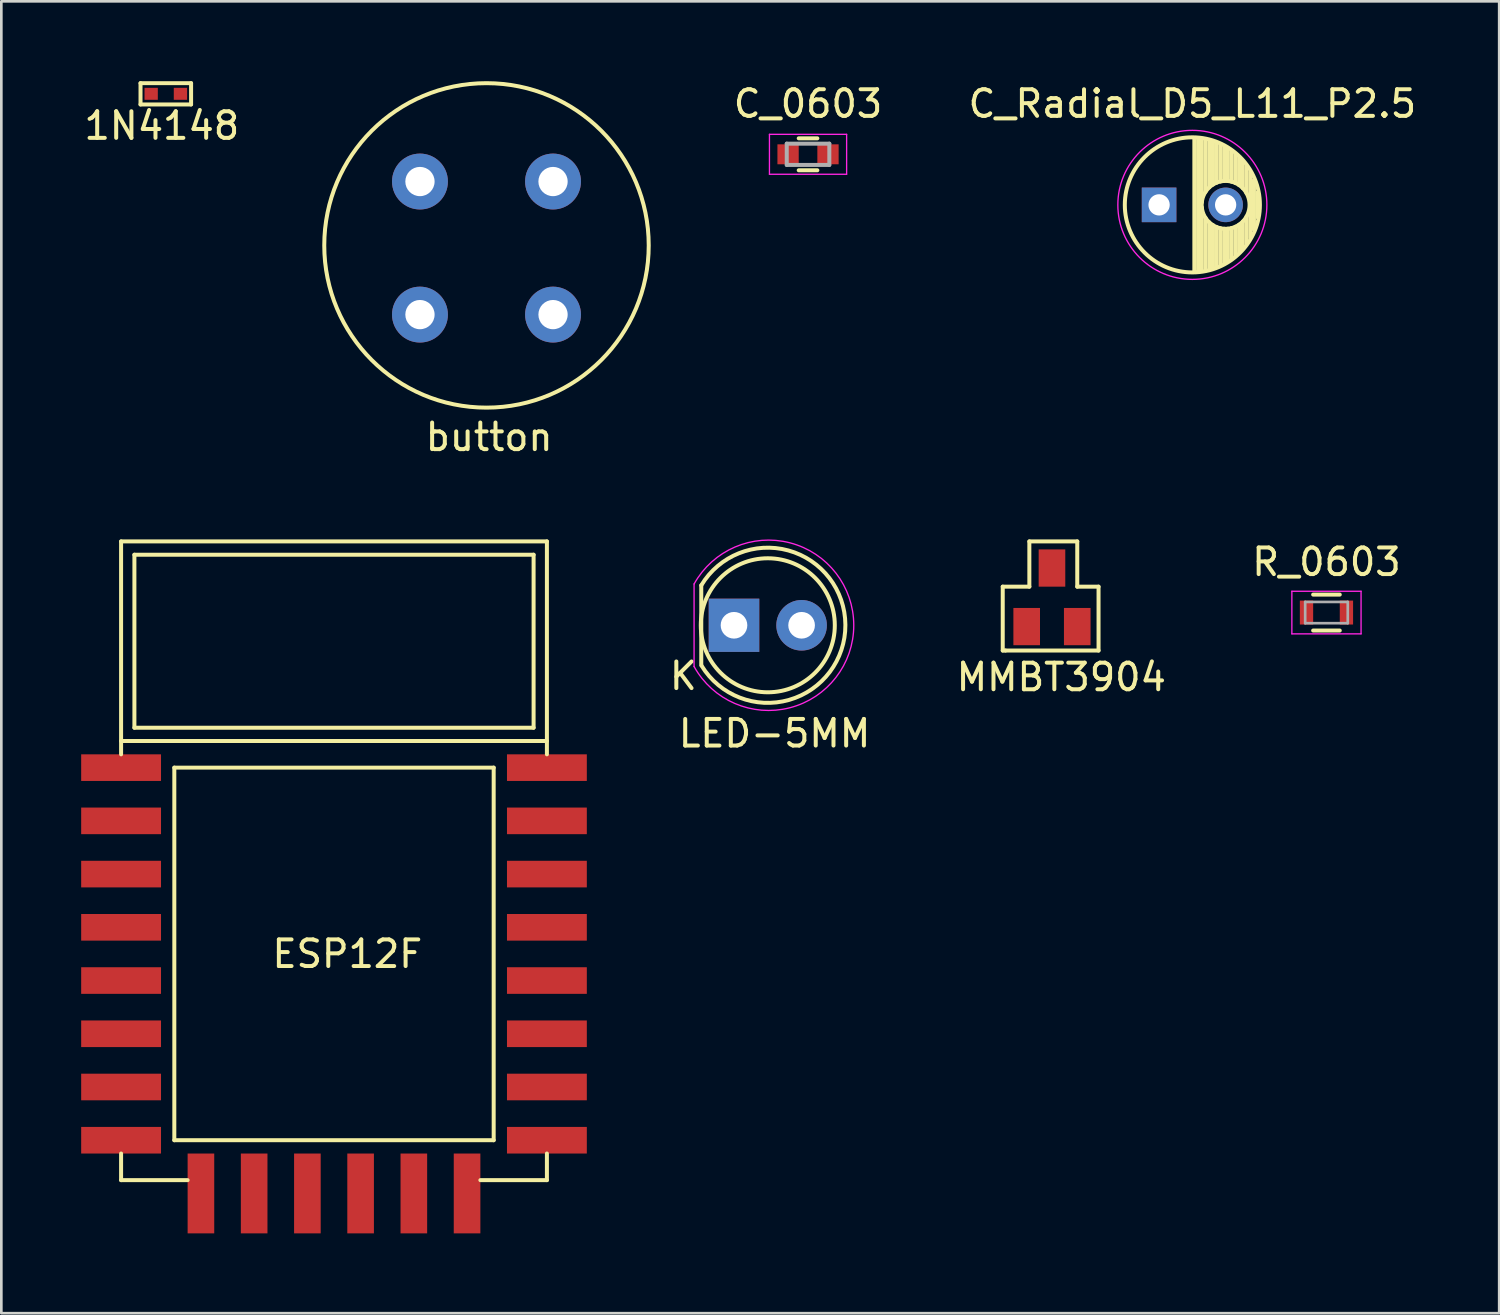
<source format=kicad_pcb>
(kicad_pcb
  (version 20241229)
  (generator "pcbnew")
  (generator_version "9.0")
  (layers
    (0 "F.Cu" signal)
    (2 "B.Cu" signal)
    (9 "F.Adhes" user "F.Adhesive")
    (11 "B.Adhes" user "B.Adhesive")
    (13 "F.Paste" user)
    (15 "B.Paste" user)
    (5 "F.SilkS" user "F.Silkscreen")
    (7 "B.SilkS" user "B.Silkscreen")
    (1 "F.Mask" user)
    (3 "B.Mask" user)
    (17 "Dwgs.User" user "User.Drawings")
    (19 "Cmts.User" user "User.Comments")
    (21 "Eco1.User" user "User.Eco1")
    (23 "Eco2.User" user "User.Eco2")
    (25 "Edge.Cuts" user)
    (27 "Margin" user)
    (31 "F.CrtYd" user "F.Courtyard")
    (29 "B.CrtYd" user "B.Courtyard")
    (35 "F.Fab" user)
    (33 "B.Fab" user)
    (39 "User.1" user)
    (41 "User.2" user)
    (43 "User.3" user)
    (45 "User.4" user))
  (footprint "C_Radial_D5_L11_P2.5"
    (layer "F.Cu")
    (at 40.503 4.648)
    (property "Reference" "C_Radial_D5_L11_P2.5" (at 1.25 -3.8 0) (layer "F.SilkS") (effects (font (size 1 1) (thickness 0.15))))
    (attr through_hole)
    (fp_line (start 1.325 -2.499) (end 1.325 2.499) (stroke (width 0.15) (type solid)) (layer "F.SilkS"))
    (fp_line (start 1.465 -2.491) (end 1.465 2.491) (stroke (width 0.15) (type solid)) (layer "F.SilkS"))
    (fp_line (start 1.605 -2.475) (end 1.605 -0.095) (stroke (width 0.15) (type solid)) (layer "F.SilkS"))
    (fp_line (start 1.605 0.095) (end 1.605 2.475) (stroke (width 0.15) (type solid)) (layer "F.SilkS"))
    (fp_line (start 1.745 -2.451) (end 1.745 -0.49) (stroke (width 0.15) (type solid)) (layer "F.SilkS"))
    (fp_line (start 1.745 0.49) (end 1.745 2.451) (stroke (width 0.15) (type solid)) (layer "F.SilkS"))
    (fp_line (start 1.885 -2.418) (end 1.885 -0.657) (stroke (width 0.15) (type solid)) (layer "F.SilkS"))
    (fp_line (start 1.885 0.657) (end 1.885 2.418) (stroke (width 0.15) (type solid)) (layer "F.SilkS"))
    (fp_line (start 2.025 -2.377) (end 2.025 -0.764) (stroke (width 0.15) (type solid)) (layer "F.SilkS"))
    (fp_line (start 2.025 0.764) (end 2.025 2.377) (stroke (width 0.15) (type solid)) (layer "F.SilkS"))
    (fp_line (start 2.165 -2.327) (end 2.165 -0.835) (stroke (width 0.15) (type solid)) (layer "F.SilkS"))
    (fp_line (start 2.165 0.835) (end 2.165 2.327) (stroke (width 0.15) (type solid)) (layer "F.SilkS"))
    (fp_line (start 2.305 -2.266) (end 2.305 -0.879) (stroke (width 0.15) (type solid)) (layer "F.SilkS"))
    (fp_line (start 2.305 0.879) (end 2.305 2.266) (stroke (width 0.15) (type solid)) (layer "F.SilkS"))
    (fp_line (start 2.445 -2.196) (end 2.445 -0.898) (stroke (width 0.15) (type solid)) (layer "F.SilkS"))
    (fp_line (start 2.445 0.898) (end 2.445 2.196) (stroke (width 0.15) (type solid)) (layer "F.SilkS"))
    (fp_line (start 2.585 -2.114) (end 2.585 -0.896) (stroke (width 0.15) (type solid)) (layer "F.SilkS"))
    (fp_line (start 2.585 0.896) (end 2.585 2.114) (stroke (width 0.15) (type solid)) (layer "F.SilkS"))
    (fp_line (start 2.725 -2.019) (end 2.725 -0.871) (stroke (width 0.15) (type solid)) (layer "F.SilkS"))
    (fp_line (start 2.725 0.871) (end 2.725 2.019) (stroke (width 0.15) (type solid)) (layer "F.SilkS"))
    (fp_line (start 2.865 -1.908) (end 2.865 -0.823) (stroke (width 0.15) (type solid)) (layer "F.SilkS"))
    (fp_line (start 2.865 0.823) (end 2.865 1.908) (stroke (width 0.15) (type solid)) (layer "F.SilkS"))
    (fp_line (start 3.005 -1.78) (end 3.005 -0.745) (stroke (width 0.15) (type solid)) (layer "F.SilkS"))
    (fp_line (start 3.005 0.745) (end 3.005 1.78) (stroke (width 0.15) (type solid)) (layer "F.SilkS"))
    (fp_line (start 3.145 -1.631) (end 3.145 -0.628) (stroke (width 0.15) (type solid)) (layer "F.SilkS"))
    (fp_line (start 3.145 0.628) (end 3.145 1.631) (stroke (width 0.15) (type solid)) (layer "F.SilkS"))
    (fp_line (start 3.285 -1.452) (end 3.285 -0.44) (stroke (width 0.15) (type solid)) (layer "F.SilkS"))
    (fp_line (start 3.285 0.44) (end 3.285 1.452) (stroke (width 0.15) (type solid)) (layer "F.SilkS"))
    (fp_line (start 3.425 -1.233) (end 3.425 1.233) (stroke (width 0.15) (type solid)) (layer "F.SilkS"))
    (fp_line (start 3.565 -0.944) (end 3.565 0.944) (stroke (width 0.15) (type solid)) (layer "F.SilkS"))
    (fp_line (start 3.705 -0.472) (end 3.705 0.472) (stroke (width 0.15) (type solid)) (layer "F.SilkS"))
    (fp_circle (center 1.25 0) (end 1.25 -2.538) (stroke (width 0.15) (type solid)) (fill no) (layer "F.SilkS"))
    (fp_circle (center 2.5 0) (end 2.5 -0.9) (stroke (width 0.15) (type solid)) (fill no) (layer "F.SilkS"))
    (fp_circle (center 1.25 0) (end 1.25 -2.8) (stroke (width 0.05) (type solid)) (fill no) (layer "F.CrtYd"))
    (pad "1" thru_hole rect (at 0 0) (size 1.3 1.3) (drill 0.8) (layers "*.Cu" "*.Mask"))
    (pad "2" thru_hole circle (at 2.5 0) (size 1.3 1.3) (drill 0.8) (layers "*.Cu" "*.Mask")))
  (footprint "ESP12F"
    (layer "F.Cu")
    (at 1.5 41.294)
    (property "Reference" "ESP12F" (at 8.5 -8.5 0) (layer "F.SilkS") (effects (font (size 1 1) (thickness 0.15))))
    (attr through_hole)
    (fp_line (start 0 -24) (end 0 -16) (stroke (width 0.15) (type solid)) (layer "F.SilkS"))
    (fp_line (start 0 -16.5) (end 16 -16.5) (stroke (width 0.15) (type solid)) (layer "F.SilkS"))
    (fp_line (start 0 -1) (end 0 0) (stroke (width 0.15) (type solid)) (layer "F.SilkS"))
    (fp_line (start 0 0) (end 2.5 0) (stroke (width 0.15) (type solid)) (layer "F.SilkS"))
    (fp_line (start 0.5 -23.5) (end 0.5 -17) (stroke (width 0.15) (type solid)) (layer "F.SilkS"))
    (fp_line (start 0.5 -17) (end 15.5 -17) (stroke (width 0.15) (type solid)) (layer "F.SilkS"))
    (fp_line (start 2 -15.5) (end 2 -1.5) (stroke (width 0.15) (type solid)) (layer "F.SilkS"))
    (fp_line (start 2 -1.5) (end 14 -1.5) (stroke (width 0.15) (type solid)) (layer "F.SilkS"))
    (fp_line (start 13.5 0) (end 16 0) (stroke (width 0.15) (type solid)) (layer "F.SilkS"))
    (fp_line (start 14 -15.5) (end 2 -15.5) (stroke (width 0.15) (type solid)) (layer "F.SilkS"))
    (fp_line (start 14 -1.5) (end 14 -15.5) (stroke (width 0.15) (type solid)) (layer "F.SilkS"))
    (fp_line (start 15.5 -23.5) (end 0.5 -23.5) (stroke (width 0.15) (type solid)) (layer "F.SilkS"))
    (fp_line (start 15.5 -17) (end 15.5 -23.5) (stroke (width 0.15) (type solid)) (layer "F.SilkS"))
    (fp_line (start 16 -24) (end 0 -24) (stroke (width 0.15) (type solid)) (layer "F.SilkS"))
    (fp_line (start 16 -24) (end 16 -16) (stroke (width 0.15) (type solid)) (layer "F.SilkS"))
    (fp_line (start 16 0) (end 16 -1) (stroke (width 0.15) (type solid)) (layer "F.SilkS"))
    (pad "1" smd rect (at 0 -15.5) (size 3 1) (layers "F.Cu" "F.Mask" "F.Paste"))
    (pad "2" smd rect (at 0 -13.5) (size 3 1) (layers "F.Cu" "F.Mask" "F.Paste"))
    (pad "3" smd rect (at 0 -11.5) (size 3 1) (layers "F.Cu" "F.Mask" "F.Paste"))
    (pad "4" smd rect (at 0 -9.5) (size 3 1) (layers "F.Cu" "F.Mask" "F.Paste"))
    (pad "5" smd rect (at 0 -7.5) (size 3 1) (layers "F.Cu" "F.Mask" "F.Paste"))
    (pad "6" smd rect (at 0 -5.5) (size 3 1) (layers "F.Cu" "F.Mask" "F.Paste"))
    (pad "7" smd rect (at 0 -3.5) (size 3 1) (layers "F.Cu" "F.Mask" "F.Paste"))
    (pad "8" smd rect (at 0 -1.5) (size 3 1) (layers "F.Cu" "F.Mask" "F.Paste"))
    (pad "9" smd rect (at 3 0.5) (size 1 3) (layers "F.Cu" "F.Mask" "F.Paste"))
    (pad "10" smd rect (at 5 0.5) (size 1 3) (layers "F.Cu" "F.Mask" "F.Paste"))
    (pad "11" smd rect (at 7 0.5) (size 1 3) (layers "F.Cu" "F.Mask" "F.Paste"))
    (pad "12" smd rect (at 9 0.5) (size 1 3) (layers "F.Cu" "F.Mask" "F.Paste"))
    (pad "13" smd rect (at 11 0.5) (size 1 3) (layers "F.Cu" "F.Mask" "F.Paste"))
    (pad "14" smd rect (at 13 0.5) (size 1 3) (layers "F.Cu" "F.Mask" "F.Paste"))
    (pad "15" smd rect (at 16 -1.5) (size 3 1) (layers "F.Cu" "F.Mask" "F.Paste"))
    (pad "16" smd rect (at 16 -3.5) (size 3 1) (layers "F.Cu" "F.Mask" "F.Paste"))
    (pad "17" smd rect (at 16 -5.5) (size 3 1) (layers "F.Cu" "F.Mask" "F.Paste"))
    (pad "18" smd rect (at 16 -7.5) (size 3 1) (layers "F.Cu" "F.Mask" "F.Paste"))
    (pad "19" smd rect (at 16 -9.5) (size 3 1) (layers "F.Cu" "F.Mask" "F.Paste"))
    (pad "20" smd rect (at 16 -11.5) (size 3 1) (layers "F.Cu" "F.Mask" "F.Paste"))
    (pad "21" smd rect (at 16 -13.5) (size 3 1) (layers "F.Cu" "F.Mask" "F.Paste"))
    (pad "22" smd rect (at 16 -15.5) (size 3 1) (layers "F.Cu" "F.Mask" "F.Paste")))
  (footprint "button"
    (layer "F.Cu")
    (at 12.73 3.771)
    (property "Reference" "button" (at 2.6 9.6 0) (layer "F.SilkS") (effects (font (size 1 1) (thickness 0.15))))
    (attr through_hole)
    (fp_circle (center 2.5 2.4) (end 6.5 7) (stroke (width 0.15) (type solid)) (fill no) (layer "F.SilkS"))
    (pad "1" thru_hole circle (at 0 0) (size 2.1 2.1) (drill 1.1) (layers "*.Cu" "*.Mask"))
    (pad "2" thru_hole circle (at 5 0) (size 2.1 2.1) (drill 1.1) (layers "*.Cu" "*.Mask"))
    (pad "3" thru_hole circle (at 0 5) (size 2.1 2.1) (drill 1.1) (layers "*.Cu" "*.Mask"))
    (pad "4" thru_hole circle (at 5 5) (size 2.1 2.1) (drill 1.1) (layers "*.Cu" "*.Mask")))
  (footprint "MMBT3904"
    (layer "F.Cu")
    (at 35.528 20.494)
    (property "Reference" "MMBT3904" (at 1.3 1.9 0) (layer "F.SilkS") (effects (font (size 1 1) (thickness 0.15))))
    (attr through_hole)
    (fp_line (start -0.9 -1.5) (end -0.9 0.9) (stroke (width 0.15) (type solid)) (layer "F.SilkS"))
    (fp_line (start -0.9 0.9) (end -0.8 0.9) (stroke (width 0.15) (type solid)) (layer "F.SilkS"))
    (fp_line (start -0.8 0.9) (end 2.7 0.9) (stroke (width 0.15) (type solid)) (layer "F.SilkS"))
    (fp_line (start 0.1 -3.2) (end 0.1 -1.5) (stroke (width 0.15) (type solid)) (layer "F.SilkS"))
    (fp_line (start 0.1 -1.5) (end -0.9 -1.5) (stroke (width 0.15) (type solid)) (layer "F.SilkS"))
    (fp_line (start 1.9 -3.2) (end 0.1 -3.2) (stroke (width 0.15) (type solid)) (layer "F.SilkS"))
    (fp_line (start 1.9 -1.5) (end 1.9 -3.2) (stroke (width 0.15) (type solid)) (layer "F.SilkS"))
    (fp_line (start 2.7 -1.5) (end 1.9 -1.5) (stroke (width 0.15) (type solid)) (layer "F.SilkS"))
    (fp_line (start 2.7 0.9) (end 2.7 -1.5) (stroke (width 0.15) (type solid)) (layer "F.SilkS"))
    (pad "1" smd rect (at 0 0) (size 1 1.4) (layers "F.Cu" "F.Mask" "F.Paste"))
    (pad "2" smd rect (at 1.9 0) (size 1 1.4) (layers "F.Cu" "F.Mask" "F.Paste"))
    (pad "3" smd rect (at 0.95 -2.2) (size 1 1.4) (layers "F.Cu" "F.Mask" "F.Paste")))
  (footprint "1N4148"
    (layer "F.Cu")
    (at 2.63 0.475)
    (property "Reference" "1N4148" (at 0.4 1.2 0) (layer "F.SilkS") (effects (font (size 1 1) (thickness 0.15))))
    (attr through_hole)
    (fp_line (start -0.4 -0.4) (end -0.4 0.4) (stroke (width 0.15) (type solid)) (layer "F.SilkS"))
    (fp_line (start -0.4 0.4) (end 1.5 0.4) (stroke (width 0.15) (type solid)) (layer "F.SilkS"))
    (fp_line (start 1.5 -0.4) (end -0.4 -0.4) (stroke (width 0.15) (type solid)) (layer "F.SilkS"))
    (fp_line (start 1.5 -0.4) (end 1.5 0.4) (stroke (width 0.15) (type solid)) (layer "F.SilkS"))
    (pad "1" smd rect (at 0 0) (size 0.5 0.45) (layers "F.Cu" "F.Mask" "F.Paste"))
    (pad "2" smd rect (at 1.1 0) (size 0.5 0.45) (layers "F.Cu" "F.Mask" "F.Paste")))
  (footprint "LED-5MM"
    (layer "F.Cu")
    (at 24.53 20.445)
    (property "Reference" "LED-5MM" (at 1.524 4.064 0) (layer "F.SilkS") (effects (font (size 1 1) (thickness 0.15))))
    (attr through_hole)
    (fp_line (start -1.23 1.5) (end -1.23 -1.5) (stroke (width 0.15) (type solid)) (layer "F.SilkS"))
    (fp_arc (start -1.23 -1.5) (mid 4.18544 -0.014565) (end -1.214888 1.524904) (stroke (width 0.15) (type solid)) (layer "F.SilkS"))
    (fp_circle (center 1.27 0) (end 0.97 -2.5) (stroke (width 0.15) (type solid)) (fill no) (layer "F.SilkS"))
    (fp_line (start -1.5 -1.55) (end -1.5 1.55) (stroke (width 0.05) (type solid)) (layer "F.CrtYd"))
    (fp_arc (start -1.498248 -1.55316) (mid 4.50039 0.001807) (end -1.5 1.55) (stroke (width 0.05) (type solid)) (layer "F.CrtYd"))
    (fp_text user "K" (at -1.905 1.905 0) (layer "F.SilkS") (effects (font (size 1 1) (thickness 0.15))))
    (pad "1" thru_hole rect (at 0 0 90) (size 2 1.9) (drill 1.001) (layers "*.Cu" "*.Mask"))
    (pad "2" thru_hole circle (at 2.54 0) (size 1.9 1.9) (drill 1.001) (layers "*.Cu" "*.Mask")))
  (footprint "C_0603"
    (layer "F.Cu")
    (at 27.312 2.748)
    (property "Reference" "C_0603" (at 0 -1.9 0) (layer "F.SilkS") (effects (font (size 1 1) (thickness 0.15))))
    (attr smd)
    (fp_line (start -0.35 -0.6) (end 0.35 -0.6) (stroke (width 0.15) (type solid)) (layer "F.SilkS"))
    (fp_line (start 0.35 0.6) (end -0.35 0.6) (stroke (width 0.15) (type solid)) (layer "F.SilkS"))
    (fp_line (start -1.45 -0.75) (end -1.45 0.75) (stroke (width 0.05) (type solid)) (layer "F.CrtYd"))
    (fp_line (start -1.45 -0.75) (end 1.45 -0.75) (stroke (width 0.05) (type solid)) (layer "F.CrtYd"))
    (fp_line (start -1.45 0.75) (end 1.45 0.75) (stroke (width 0.05) (type solid)) (layer "F.CrtYd"))
    (fp_line (start 1.45 -0.75) (end 1.45 0.75) (stroke (width 0.05) (type solid)) (layer "F.CrtYd"))
    (fp_line (start -0.8 -0.4) (end 0.8 -0.4) (stroke (width 0.15) (type solid)) (layer "F.Fab"))
    (fp_line (start -0.8 0.4) (end -0.8 -0.4) (stroke (width 0.15) (type solid)) (layer "F.Fab"))
    (fp_line (start 0.8 -0.4) (end 0.8 0.4) (stroke (width 0.15) (type solid)) (layer "F.Fab"))
    (fp_line (start 0.8 0.4) (end -0.8 0.4) (stroke (width 0.15) (type solid)) (layer "F.Fab"))
    (pad "1" smd rect (at -0.75 0) (size 0.8 0.75) (layers "F.Cu" "F.Mask" "F.Paste"))
    (pad "2" smd rect (at 0.75 0) (size 0.8 0.75) (layers "F.Cu" "F.Mask" "F.Paste")))
  (footprint "R_0603"
    (layer "F.Cu")
    (at 46.792 19.967)
    (property "Reference" "R_0603" (at 0 -1.9 0) (layer "F.SilkS") (effects (font (size 1 1) (thickness 0.15))))
    (attr smd)
    (fp_line (start -0.5 -0.675) (end 0.5 -0.675) (stroke (width 0.15) (type solid)) (layer "F.SilkS"))
    (fp_line (start 0.5 0.675) (end -0.5 0.675) (stroke (width 0.15) (type solid)) (layer "F.SilkS"))
    (fp_line (start -1.3 -0.8) (end -1.3 0.8) (stroke (width 0.05) (type solid)) (layer "F.CrtYd"))
    (fp_line (start -1.3 -0.8) (end 1.3 -0.8) (stroke (width 0.05) (type solid)) (layer "F.CrtYd"))
    (fp_line (start -1.3 0.8) (end 1.3 0.8) (stroke (width 0.05) (type solid)) (layer "F.CrtYd"))
    (fp_line (start 1.3 -0.8) (end 1.3 0.8) (stroke (width 0.05) (type solid)) (layer "F.CrtYd"))
    (fp_line (start -0.8 -0.4) (end 0.8 -0.4) (stroke (width 0.1) (type solid)) (layer "F.Fab"))
    (fp_line (start -0.8 0.4) (end -0.8 -0.4) (stroke (width 0.1) (type solid)) (layer "F.Fab"))
    (fp_line (start 0.8 -0.4) (end 0.8 0.4) (stroke (width 0.1) (type solid)) (layer "F.Fab"))
    (fp_line (start 0.8 0.4) (end -0.8 0.4) (stroke (width 0.1) (type solid)) (layer "F.Fab"))
    (pad "1" smd rect (at -0.75 0) (size 0.5 0.9) (layers "F.Cu" "F.Mask" "F.Paste"))
    (pad "2" smd rect (at 0.75 0) (size 0.5 0.9) (layers "F.Cu" "F.Mask" "F.Paste")))
  (gr_rect
    (start -3 -3)
    (end 53.282 46.294)
    (stroke (width 0.1) (type default))
    (fill no)
    (layer "Edge.Cuts")))
</source>
